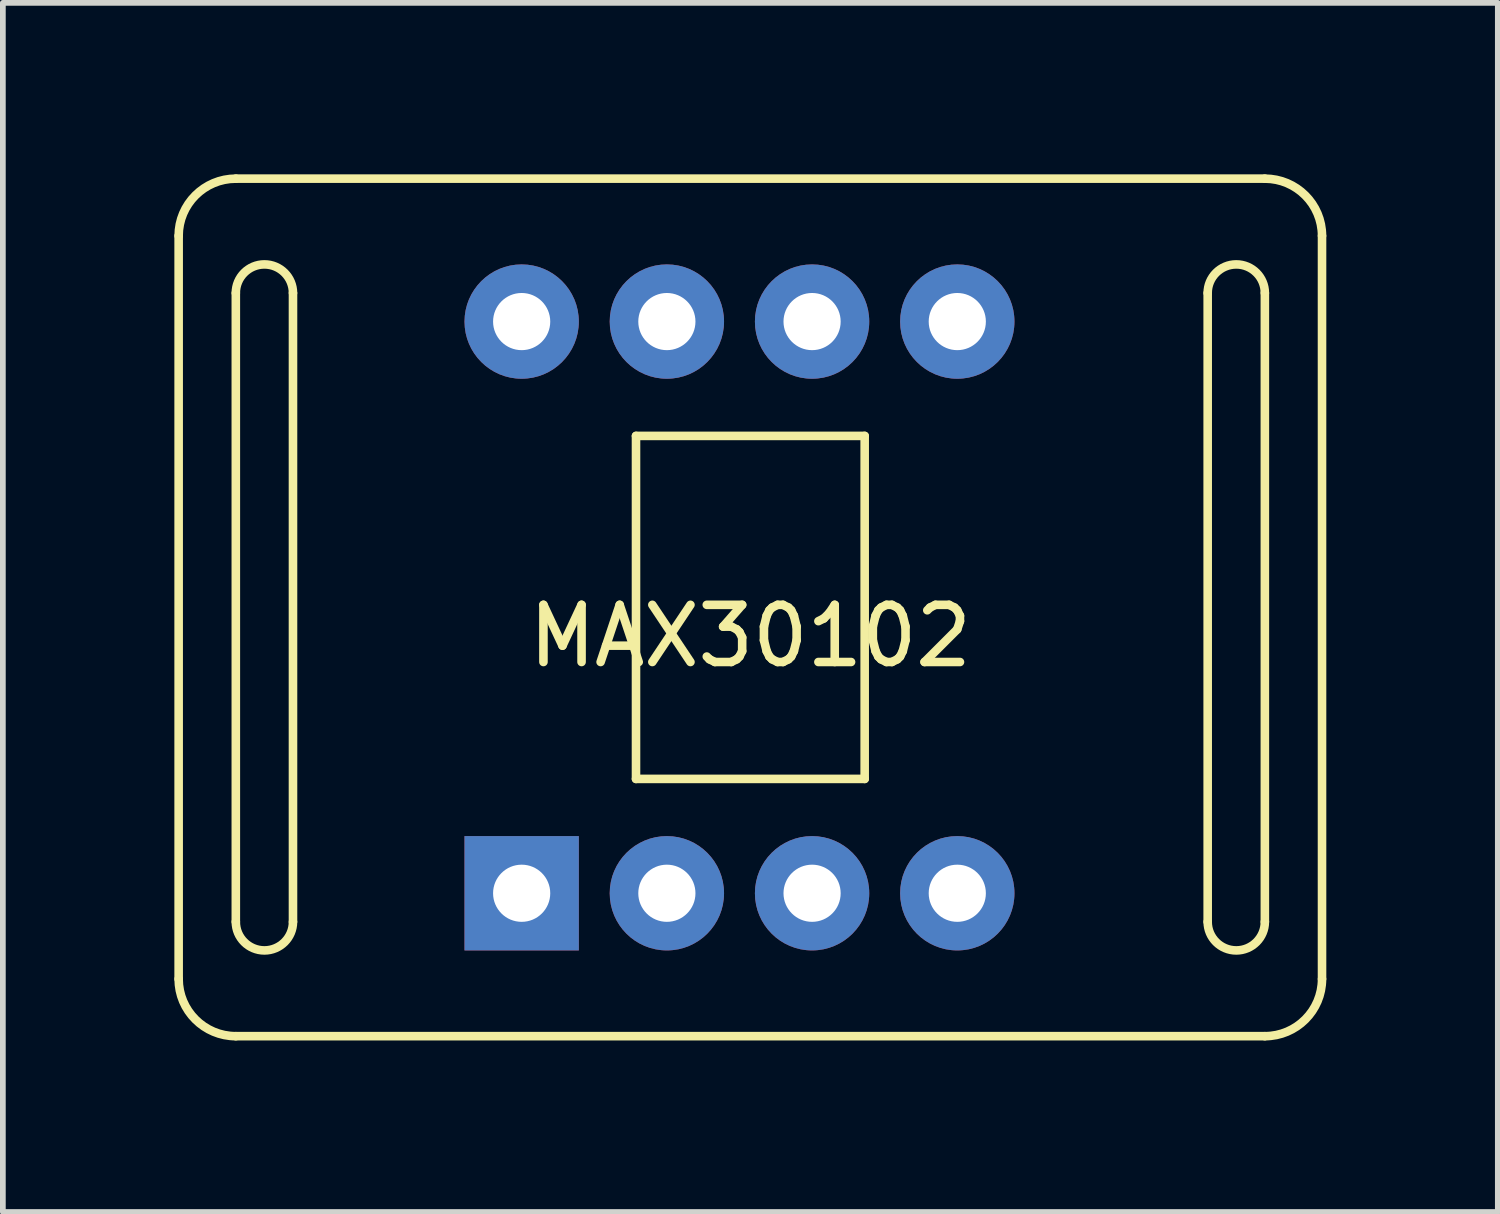
<source format=kicad_pcb>
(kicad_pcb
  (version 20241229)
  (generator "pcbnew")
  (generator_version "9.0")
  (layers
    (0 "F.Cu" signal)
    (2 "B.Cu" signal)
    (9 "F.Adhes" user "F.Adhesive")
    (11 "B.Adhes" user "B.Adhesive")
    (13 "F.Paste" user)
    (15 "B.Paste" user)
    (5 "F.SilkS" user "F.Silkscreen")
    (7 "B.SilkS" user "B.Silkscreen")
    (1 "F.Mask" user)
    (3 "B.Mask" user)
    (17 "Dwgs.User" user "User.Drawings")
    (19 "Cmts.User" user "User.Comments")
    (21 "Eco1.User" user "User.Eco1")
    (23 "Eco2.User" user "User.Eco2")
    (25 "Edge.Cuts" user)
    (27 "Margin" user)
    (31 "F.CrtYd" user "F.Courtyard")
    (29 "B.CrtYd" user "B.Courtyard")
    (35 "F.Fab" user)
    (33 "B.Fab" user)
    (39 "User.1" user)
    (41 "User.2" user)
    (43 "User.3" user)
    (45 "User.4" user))
  (footprint "MAX30102"
    (layer "F.Cu")
    (at 10.075 7.075)
    (property "Reference" "MAX30102" (at 0 1 0) (layer "F.SilkS") (effects (font (size 1 1) (thickness 0.15))))
    (attr through_hole)
    (fp_line (start -10 7) (end -10 -6) (stroke (width 0.15) (type solid)) (layer "F.SilkS"))
    (fp_line (start -9 -7) (end 9 -7) (stroke (width 0.15) (type solid)) (layer "F.SilkS"))
    (fp_line (start -9 -5) (end -9 6) (stroke (width 0.15) (type solid)) (layer "F.SilkS"))
    (fp_line (start -8 -5) (end -8 6) (stroke (width 0.15) (type solid)) (layer "F.SilkS"))
    (fp_line (start -2 -2.5) (end 2 -2.5) (stroke (width 0.15) (type solid)) (layer "F.SilkS"))
    (fp_line (start -2 3.5) (end -2 -2.5) (stroke (width 0.15) (type solid)) (layer "F.SilkS"))
    (fp_line (start 2 -2.5) (end 2 3.5) (stroke (width 0.15) (type solid)) (layer "F.SilkS"))
    (fp_line (start 2 3.5) (end -2 3.5) (stroke (width 0.15) (type solid)) (layer "F.SilkS"))
    (fp_line (start 8 -5) (end 8 6) (stroke (width 0.15) (type solid)) (layer "F.SilkS"))
    (fp_line (start 9 -5) (end 9 6) (stroke (width 0.15) (type solid)) (layer "F.SilkS"))
    (fp_line (start 9 8) (end -9 8) (stroke (width 0.15) (type solid)) (layer "F.SilkS"))
    (fp_line (start 10 -6) (end 10 7) (stroke (width 0.15) (type solid)) (layer "F.SilkS"))
    (fp_arc (start -10 -6) (mid -9.707107 -6.707107) (end -9 -7) (stroke (width 0.15) (type solid)) (layer "F.SilkS"))
    (fp_arc (start -9 -5) (mid -8.5 -5.5) (end -8 -5) (stroke (width 0.15) (type solid)) (layer "F.SilkS"))
    (fp_arc (start -9 8) (mid -9.707107 7.707107) (end -10 7) (stroke (width 0.15) (type solid)) (layer "F.SilkS"))
    (fp_arc (start -8 6) (mid -8.5 6.5) (end -9 6) (stroke (width 0.15) (type solid)) (layer "F.SilkS"))
    (fp_arc (start 8 -5) (mid 8.5 -5.5) (end 9 -5) (stroke (width 0.15) (type solid)) (layer "F.SilkS"))
    (fp_arc (start 9 -7) (mid 9.707107 -6.707107) (end 10 -6) (stroke (width 0.15) (type solid)) (layer "F.SilkS"))
    (fp_arc (start 9 6) (mid 8.5 6.5) (end 8 6) (stroke (width 0.15) (type solid)) (layer "F.SilkS"))
    (fp_arc (start 10 7) (mid 9.707107 7.707107) (end 9 8) (stroke (width 0.15) (type solid)) (layer "F.SilkS"))
    (pad "1" thru_hole rect (at -4 5.5) (size 2 2) (drill 1) (layers "*.Cu" "*.Mask"))
    (pad "2" thru_hole circle (at -1.46 5.5) (size 2 2) (drill 1) (layers "*.Cu" "*.Mask"))
    (pad "3" thru_hole circle (at 1.08 5.5) (size 2 2) (drill 1) (layers "*.Cu" "*.Mask"))
    (pad "4" thru_hole circle (at 3.62 5.5) (size 2 2) (drill 1) (layers "*.Cu" "*.Mask"))
    (pad "5" thru_hole circle (at -4 -4.5) (size 2 2) (drill 1) (layers "*.Cu" "*.Mask"))
    (pad "6" thru_hole circle (at -1.46 -4.5) (size 2 2) (drill 1) (layers "*.Cu" "*.Mask"))
    (pad "7" thru_hole circle (at 1.08 -4.5) (size 2 2) (drill 1) (layers "*.Cu" "*.Mask"))
    (pad "8" thru_hole circle (at 3.62 -4.5) (size 2 2) (drill 1) (layers "*.Cu" "*.Mask")))
  (gr_rect
    (start -3 -3)
    (end 23.15 18.15)
    (stroke (width 0.1) (type default))
    (fill no)
    (layer "Edge.Cuts")))
</source>
